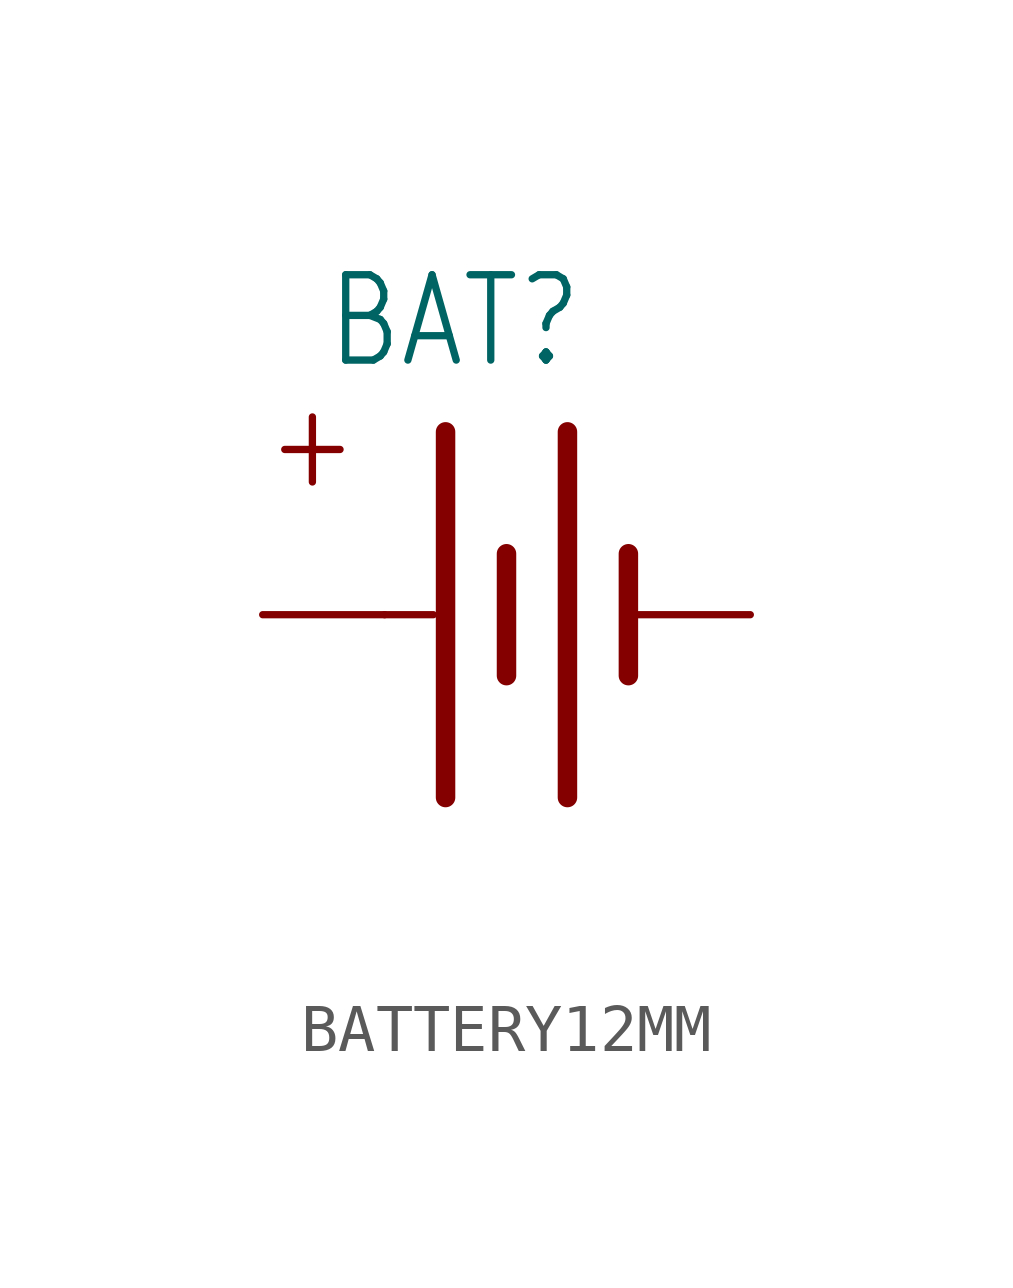
<source format=kicad_sym>
(kicad_symbol_lib
  (version 20241209)
  (generator "kicad_symbol_editor")
  (generator_version "9.0")
  (symbol "BATTERY12MM"
    (property "Reference" "BAT"
      (at -3.81 5.08 0)
      (effects (font (size 1.778 1.511)) (justify left bottom)))
    (property "Value" ""
      (at -3.81 -6.35 0)
      (effects (font (size 1.778 1.511)) (justify left bottom)))
    (property "ki_locked" ""
      (at 0 0 0)
      (effects (font (size 1.27 1.27))))
    (symbol "BATTERY12MM_1_0"
      (polyline (pts (xy -2.54 0) (xy -1.524 0)) (stroke (width 0.152) (type solid)) (fill (type none)))
      (polyline (pts (xy -1.27 3.81) (xy -1.27 -3.81)) (stroke (width 0.406) (type solid)) (fill (type none)))
      (polyline (pts (xy 0 1.27) (xy 0 -1.27)) (stroke (width 0.406) (type solid)) (fill (type none)))
      (polyline (pts (xy 1.27 3.81) (xy 1.27 -3.81)) (stroke (width 0.406) (type solid)) (fill (type none)))
      (polyline (pts (xy 2.54 1.27) (xy 2.54 -1.27)) (stroke (width 0.406) (type solid)) (fill (type none)))
      (text "+" (at -5.08 2.54 0) (effects (font (size 1.778 1.511)) (justify left bottom)))
      (pin power_in line (at -5.08 0 0) (length 2.54) (name "+" (effects (font (size 0 0)))) (number "PWR@1" (effects (font (size 0 0)))))
      (pin power_in line (at 5.08 0 180) (length 2.54) (name "-" (effects (font (size 0 0)))) (number "GND" (effects (font (size 0 0))))))))
</source>
